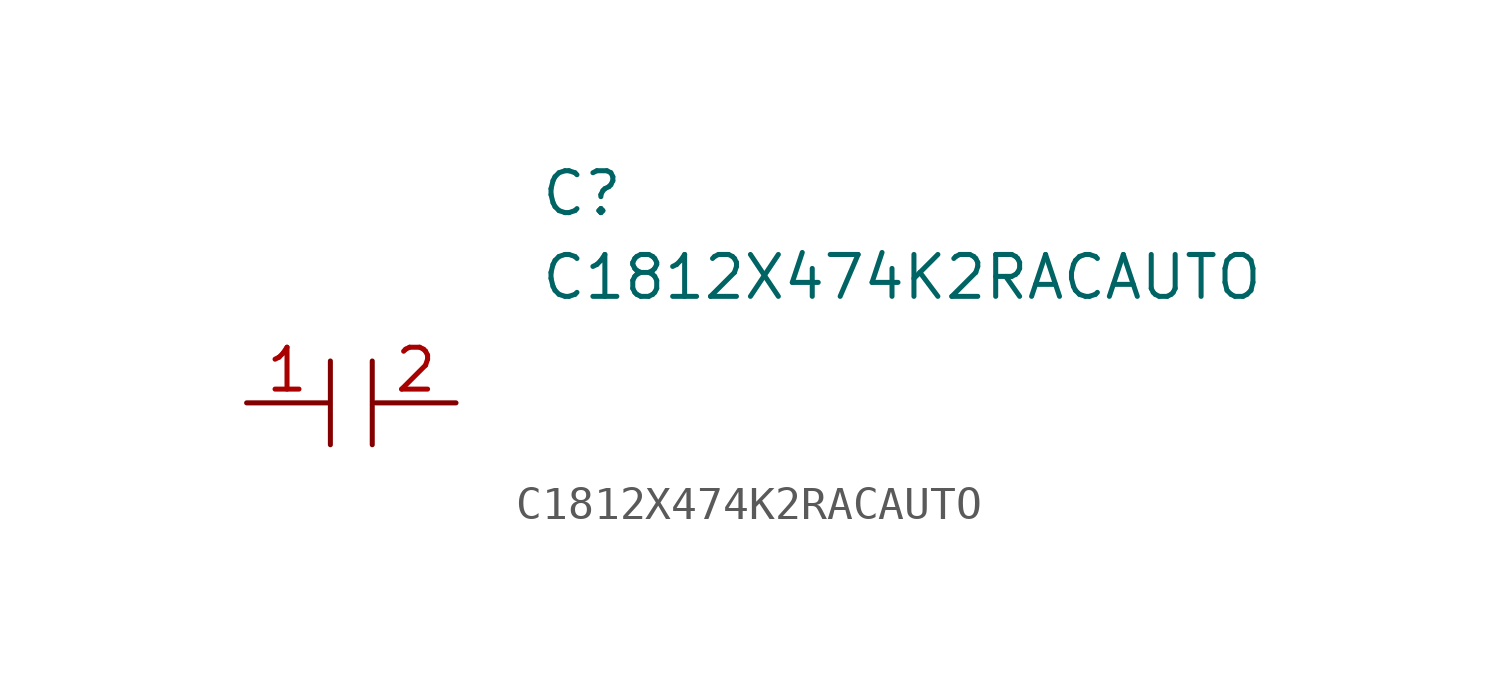
<source format=kicad_sym>
(kicad_symbol_lib
  (version 20211014)
  (generator kicad_symbol_editor)
  (symbol "C1812X474K2RACAUTO"
    (pin_names
      (offset 0.762))
    (property "Reference" "C"
      (at 8.89 6.35 0)
      (effects (font (size 1.27 1.27)) (justify left)))
    (property "Value" "C1812X474K2RACAUTO"
      (at 8.89 3.81 0)
      (effects (font (size 1.27 1.27)) (justify left)))
    (symbol "C1812X474K2RACAUTO_0_0"
      (pin passive line (at 0 0 0) (length 2.45) (name "~" (effects (font (size 1.27 1.27)))) (number "1" (effects (font (size 1.27 1.27)))))
      (pin passive line (at 6.35 0 180) (length 2.45) (name "~" (effects (font (size 1.27 1.27)))) (number "2" (effects (font (size 1.27 1.27))))))
    (symbol "C1812X474K2RACAUTO_0_1"
      (polyline (pts (xy 2.54 1.27) (xy 2.54 -1.27)) (stroke (width 0.152) (type default) (color 0 0 0 0)) (fill (type none)))
      (polyline (pts (xy 3.81 1.27) (xy 3.81 -1.27)) (stroke (width 0.152) (type default) (color 0 0 0 0)) (fill (type none))))))
</source>
